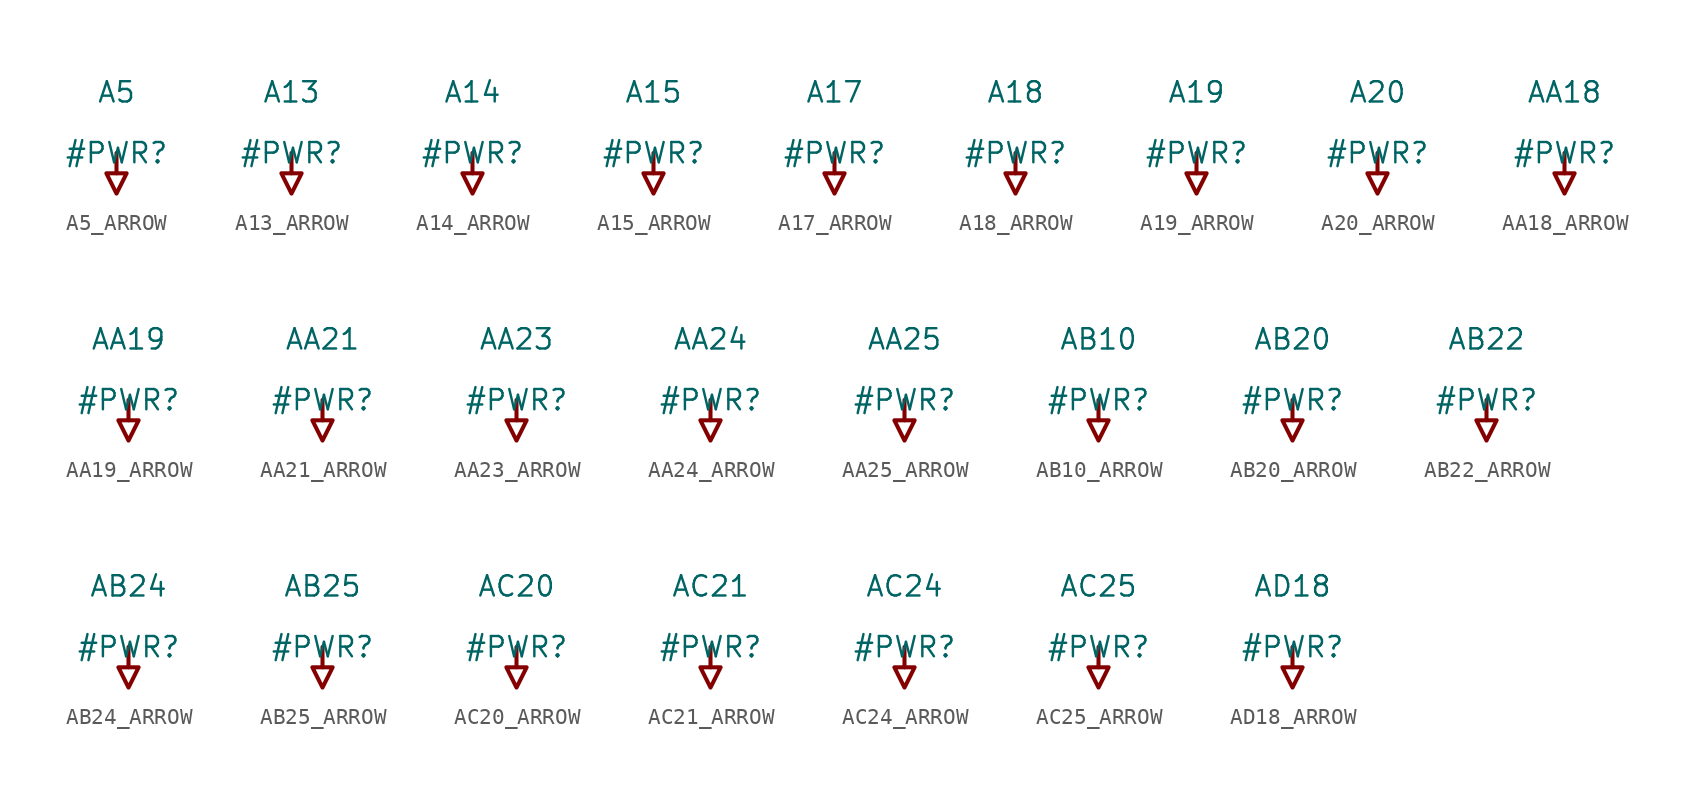
<source format=kicad_sym>
(kicad_symbol_lib
  (version 20231120)
  (generator "kicad_symbol_editor")
  (generator_version "8.0")
  (symbol "A5_ARROW"
    (power)
    (property "Reference" "#PWR"
      (at 0 0 0)
      (effects (font (size 1.27 1.27))))
    (property "Value" "A5"
      (at 0 3.81 0)
      (effects (font (size 1.27 1.27))))
    (symbol "A5_ARROW_0_0"
      (polyline (pts (xy 0 0) (xy 0 -1.27)) (stroke (width 0.254) (type solid)) (fill (type none)))
      (polyline (pts (xy -0.635 -1.27) (xy 0.635 -1.27) (xy 0 -2.54) (xy -0.635 -1.27)) (stroke (width 0.254) (type solid)) (fill (type none)))
      (pin power_in line (at 0 0 0) (length 0) hide (name "A5" (effects (font (size 1.27 1.27)))) (number "" (effects (font (size 1.27 1.27)))))))
  (symbol "A13_ARROW"
    (power)
    (property "Reference" "#PWR"
      (at 0 0 0)
      (effects (font (size 1.27 1.27))))
    (property "Value" "A13"
      (at 0 3.81 0)
      (effects (font (size 1.27 1.27))))
    (symbol "A13_ARROW_0_0"
      (polyline (pts (xy 0 0) (xy 0 -1.27)) (stroke (width 0.254) (type solid)) (fill (type none)))
      (polyline (pts (xy -0.635 -1.27) (xy 0.635 -1.27) (xy 0 -2.54) (xy -0.635 -1.27)) (stroke (width 0.254) (type solid)) (fill (type none)))
      (pin power_in line (at 0 0 0) (length 0) hide (name "A13" (effects (font (size 1.27 1.27)))) (number "" (effects (font (size 1.27 1.27)))))))
  (symbol "A14_ARROW"
    (power)
    (property "Reference" "#PWR"
      (at 0 0 0)
      (effects (font (size 1.27 1.27))))
    (property "Value" "A14"
      (at 0 3.81 0)
      (effects (font (size 1.27 1.27))))
    (symbol "A14_ARROW_0_0"
      (polyline (pts (xy 0 0) (xy 0 -1.27)) (stroke (width 0.254) (type solid)) (fill (type none)))
      (polyline (pts (xy -0.635 -1.27) (xy 0.635 -1.27) (xy 0 -2.54) (xy -0.635 -1.27)) (stroke (width 0.254) (type solid)) (fill (type none)))
      (pin power_in line (at 0 0 0) (length 0) hide (name "A14" (effects (font (size 1.27 1.27)))) (number "" (effects (font (size 1.27 1.27)))))))
  (symbol "A15_ARROW"
    (power)
    (property "Reference" "#PWR"
      (at 0 0 0)
      (effects (font (size 1.27 1.27))))
    (property "Value" "A15"
      (at 0 3.81 0)
      (effects (font (size 1.27 1.27))))
    (symbol "A15_ARROW_0_0"
      (polyline (pts (xy 0 0) (xy 0 -1.27)) (stroke (width 0.254) (type solid)) (fill (type none)))
      (polyline (pts (xy -0.635 -1.27) (xy 0.635 -1.27) (xy 0 -2.54) (xy -0.635 -1.27)) (stroke (width 0.254) (type solid)) (fill (type none)))
      (pin power_in line (at 0 0 0) (length 0) hide (name "A15" (effects (font (size 1.27 1.27)))) (number "" (effects (font (size 1.27 1.27)))))))
  (symbol "A17_ARROW"
    (power)
    (property "Reference" "#PWR"
      (at 0 0 0)
      (effects (font (size 1.27 1.27))))
    (property "Value" "A17"
      (at 0 3.81 0)
      (effects (font (size 1.27 1.27))))
    (symbol "A17_ARROW_0_0"
      (polyline (pts (xy 0 0) (xy 0 -1.27)) (stroke (width 0.254) (type solid)) (fill (type none)))
      (polyline (pts (xy -0.635 -1.27) (xy 0.635 -1.27) (xy 0 -2.54) (xy -0.635 -1.27)) (stroke (width 0.254) (type solid)) (fill (type none)))
      (pin power_in line (at 0 0 0) (length 0) hide (name "A17" (effects (font (size 1.27 1.27)))) (number "" (effects (font (size 1.27 1.27)))))))
  (symbol "A18_ARROW"
    (power)
    (property "Reference" "#PWR"
      (at 0 0 0)
      (effects (font (size 1.27 1.27))))
    (property "Value" "A18"
      (at 0 3.81 0)
      (effects (font (size 1.27 1.27))))
    (symbol "A18_ARROW_0_0"
      (polyline (pts (xy 0 0) (xy 0 -1.27)) (stroke (width 0.254) (type solid)) (fill (type none)))
      (polyline (pts (xy -0.635 -1.27) (xy 0.635 -1.27) (xy 0 -2.54) (xy -0.635 -1.27)) (stroke (width 0.254) (type solid)) (fill (type none)))
      (pin power_in line (at 0 0 0) (length 0) hide (name "A18" (effects (font (size 1.27 1.27)))) (number "" (effects (font (size 1.27 1.27)))))))
  (symbol "A19_ARROW"
    (power)
    (property "Reference" "#PWR"
      (at 0 0 0)
      (effects (font (size 1.27 1.27))))
    (property "Value" "A19"
      (at 0 3.81 0)
      (effects (font (size 1.27 1.27))))
    (symbol "A19_ARROW_0_0"
      (polyline (pts (xy 0 0) (xy 0 -1.27)) (stroke (width 0.254) (type solid)) (fill (type none)))
      (polyline (pts (xy -0.635 -1.27) (xy 0.635 -1.27) (xy 0 -2.54) (xy -0.635 -1.27)) (stroke (width 0.254) (type solid)) (fill (type none)))
      (pin power_in line (at 0 0 0) (length 0) hide (name "A19" (effects (font (size 1.27 1.27)))) (number "" (effects (font (size 1.27 1.27)))))))
  (symbol "A20_ARROW"
    (power)
    (property "Reference" "#PWR"
      (at 0 0 0)
      (effects (font (size 1.27 1.27))))
    (property "Value" "A20"
      (at 0 3.81 0)
      (effects (font (size 1.27 1.27))))
    (symbol "A20_ARROW_0_0"
      (polyline (pts (xy 0 0) (xy 0 -1.27)) (stroke (width 0.254) (type solid)) (fill (type none)))
      (polyline (pts (xy -0.635 -1.27) (xy 0.635 -1.27) (xy 0 -2.54) (xy -0.635 -1.27)) (stroke (width 0.254) (type solid)) (fill (type none)))
      (pin power_in line (at 0 0 0) (length 0) hide (name "A20" (effects (font (size 1.27 1.27)))) (number "" (effects (font (size 1.27 1.27)))))))
  (symbol "AA18_ARROW"
    (power)
    (property "Reference" "#PWR"
      (at 0 0 0)
      (effects (font (size 1.27 1.27))))
    (property "Value" "AA18"
      (at 0 3.81 0)
      (effects (font (size 1.27 1.27))))
    (symbol "AA18_ARROW_0_0"
      (polyline (pts (xy 0 0) (xy 0 -1.27)) (stroke (width 0.254) (type solid)) (fill (type none)))
      (polyline (pts (xy -0.635 -1.27) (xy 0.635 -1.27) (xy 0 -2.54) (xy -0.635 -1.27)) (stroke (width 0.254) (type solid)) (fill (type none)))
      (pin power_in line (at 0 0 0) (length 0) hide (name "AA18" (effects (font (size 1.27 1.27)))) (number "" (effects (font (size 1.27 1.27)))))))
  (symbol "AA19_ARROW"
    (power)
    (property "Reference" "#PWR"
      (at 0 0 0)
      (effects (font (size 1.27 1.27))))
    (property "Value" "AA19"
      (at 0 3.81 0)
      (effects (font (size 1.27 1.27))))
    (symbol "AA19_ARROW_0_0"
      (polyline (pts (xy 0 0) (xy 0 -1.27)) (stroke (width 0.254) (type solid)) (fill (type none)))
      (polyline (pts (xy -0.635 -1.27) (xy 0.635 -1.27) (xy 0 -2.54) (xy -0.635 -1.27)) (stroke (width 0.254) (type solid)) (fill (type none)))
      (pin power_in line (at 0 0 0) (length 0) hide (name "AA19" (effects (font (size 1.27 1.27)))) (number "" (effects (font (size 1.27 1.27)))))))
  (symbol "AA21_ARROW"
    (power)
    (property "Reference" "#PWR"
      (at 0 0 0)
      (effects (font (size 1.27 1.27))))
    (property "Value" "AA21"
      (at 0 3.81 0)
      (effects (font (size 1.27 1.27))))
    (symbol "AA21_ARROW_0_0"
      (polyline (pts (xy 0 0) (xy 0 -1.27)) (stroke (width 0.254) (type solid)) (fill (type none)))
      (polyline (pts (xy -0.635 -1.27) (xy 0.635 -1.27) (xy 0 -2.54) (xy -0.635 -1.27)) (stroke (width 0.254) (type solid)) (fill (type none)))
      (pin power_in line (at 0 0 0) (length 0) hide (name "AA21" (effects (font (size 1.27 1.27)))) (number "" (effects (font (size 1.27 1.27)))))))
  (symbol "AA23_ARROW"
    (power)
    (property "Reference" "#PWR"
      (at 0 0 0)
      (effects (font (size 1.27 1.27))))
    (property "Value" "AA23"
      (at 0 3.81 0)
      (effects (font (size 1.27 1.27))))
    (symbol "AA23_ARROW_0_0"
      (polyline (pts (xy 0 0) (xy 0 -1.27)) (stroke (width 0.254) (type solid)) (fill (type none)))
      (polyline (pts (xy -0.635 -1.27) (xy 0.635 -1.27) (xy 0 -2.54) (xy -0.635 -1.27)) (stroke (width 0.254) (type solid)) (fill (type none)))
      (pin power_in line (at 0 0 0) (length 0) hide (name "AA23" (effects (font (size 1.27 1.27)))) (number "" (effects (font (size 1.27 1.27)))))))
  (symbol "AA24_ARROW"
    (power)
    (property "Reference" "#PWR"
      (at 0 0 0)
      (effects (font (size 1.27 1.27))))
    (property "Value" "AA24"
      (at 0 3.81 0)
      (effects (font (size 1.27 1.27))))
    (symbol "AA24_ARROW_0_0"
      (polyline (pts (xy 0 0) (xy 0 -1.27)) (stroke (width 0.254) (type solid)) (fill (type none)))
      (polyline (pts (xy -0.635 -1.27) (xy 0.635 -1.27) (xy 0 -2.54) (xy -0.635 -1.27)) (stroke (width 0.254) (type solid)) (fill (type none)))
      (pin power_in line (at 0 0 0) (length 0) hide (name "AA24" (effects (font (size 1.27 1.27)))) (number "" (effects (font (size 1.27 1.27)))))))
  (symbol "AA25_ARROW"
    (power)
    (property "Reference" "#PWR"
      (at 0 0 0)
      (effects (font (size 1.27 1.27))))
    (property "Value" "AA25"
      (at 0 3.81 0)
      (effects (font (size 1.27 1.27))))
    (symbol "AA25_ARROW_0_0"
      (polyline (pts (xy 0 0) (xy 0 -1.27)) (stroke (width 0.254) (type solid)) (fill (type none)))
      (polyline (pts (xy -0.635 -1.27) (xy 0.635 -1.27) (xy 0 -2.54) (xy -0.635 -1.27)) (stroke (width 0.254) (type solid)) (fill (type none)))
      (pin power_in line (at 0 0 0) (length 0) hide (name "AA25" (effects (font (size 1.27 1.27)))) (number "" (effects (font (size 1.27 1.27)))))))
  (symbol "AB10_ARROW"
    (power)
    (property "Reference" "#PWR"
      (at 0 0 0)
      (effects (font (size 1.27 1.27))))
    (property "Value" "AB10"
      (at 0 3.81 0)
      (effects (font (size 1.27 1.27))))
    (symbol "AB10_ARROW_0_0"
      (polyline (pts (xy 0 0) (xy 0 -1.27)) (stroke (width 0.254) (type solid)) (fill (type none)))
      (polyline (pts (xy -0.635 -1.27) (xy 0.635 -1.27) (xy 0 -2.54) (xy -0.635 -1.27)) (stroke (width 0.254) (type solid)) (fill (type none)))
      (pin power_in line (at 0 0 0) (length 0) hide (name "AB10" (effects (font (size 1.27 1.27)))) (number "" (effects (font (size 1.27 1.27)))))))
  (symbol "AB20_ARROW"
    (power)
    (property "Reference" "#PWR"
      (at 0 0 0)
      (effects (font (size 1.27 1.27))))
    (property "Value" "AB20"
      (at 0 3.81 0)
      (effects (font (size 1.27 1.27))))
    (symbol "AB20_ARROW_0_0"
      (polyline (pts (xy 0 0) (xy 0 -1.27)) (stroke (width 0.254) (type solid)) (fill (type none)))
      (polyline (pts (xy -0.635 -1.27) (xy 0.635 -1.27) (xy 0 -2.54) (xy -0.635 -1.27)) (stroke (width 0.254) (type solid)) (fill (type none)))
      (pin power_in line (at 0 0 0) (length 0) hide (name "AB20" (effects (font (size 1.27 1.27)))) (number "" (effects (font (size 1.27 1.27)))))))
  (symbol "AB22_ARROW"
    (power)
    (property "Reference" "#PWR"
      (at 0 0 0)
      (effects (font (size 1.27 1.27))))
    (property "Value" "AB22"
      (at 0 3.81 0)
      (effects (font (size 1.27 1.27))))
    (symbol "AB22_ARROW_0_0"
      (polyline (pts (xy 0 0) (xy 0 -1.27)) (stroke (width 0.254) (type solid)) (fill (type none)))
      (polyline (pts (xy -0.635 -1.27) (xy 0.635 -1.27) (xy 0 -2.54) (xy -0.635 -1.27)) (stroke (width 0.254) (type solid)) (fill (type none)))
      (pin power_in line (at 0 0 0) (length 0) hide (name "AB22" (effects (font (size 1.27 1.27)))) (number "" (effects (font (size 1.27 1.27)))))))
  (symbol "AB24_ARROW"
    (power)
    (property "Reference" "#PWR"
      (at 0 0 0)
      (effects (font (size 1.27 1.27))))
    (property "Value" "AB24"
      (at 0 3.81 0)
      (effects (font (size 1.27 1.27))))
    (symbol "AB24_ARROW_0_0"
      (polyline (pts (xy 0 0) (xy 0 -1.27)) (stroke (width 0.254) (type solid)) (fill (type none)))
      (polyline (pts (xy -0.635 -1.27) (xy 0.635 -1.27) (xy 0 -2.54) (xy -0.635 -1.27)) (stroke (width 0.254) (type solid)) (fill (type none)))
      (pin power_in line (at 0 0 0) (length 0) hide (name "AB24" (effects (font (size 1.27 1.27)))) (number "" (effects (font (size 1.27 1.27)))))))
  (symbol "AB25_ARROW"
    (power)
    (property "Reference" "#PWR"
      (at 0 0 0)
      (effects (font (size 1.27 1.27))))
    (property "Value" "AB25"
      (at 0 3.81 0)
      (effects (font (size 1.27 1.27))))
    (symbol "AB25_ARROW_0_0"
      (polyline (pts (xy 0 0) (xy 0 -1.27)) (stroke (width 0.254) (type solid)) (fill (type none)))
      (polyline (pts (xy -0.635 -1.27) (xy 0.635 -1.27) (xy 0 -2.54) (xy -0.635 -1.27)) (stroke (width 0.254) (type solid)) (fill (type none)))
      (pin power_in line (at 0 0 0) (length 0) hide (name "AB25" (effects (font (size 1.27 1.27)))) (number "" (effects (font (size 1.27 1.27)))))))
  (symbol "AC20_ARROW"
    (power)
    (property "Reference" "#PWR"
      (at 0 0 0)
      (effects (font (size 1.27 1.27))))
    (property "Value" "AC20"
      (at 0 3.81 0)
      (effects (font (size 1.27 1.27))))
    (symbol "AC20_ARROW_0_0"
      (polyline (pts (xy 0 0) (xy 0 -1.27)) (stroke (width 0.254) (type solid)) (fill (type none)))
      (polyline (pts (xy -0.635 -1.27) (xy 0.635 -1.27) (xy 0 -2.54) (xy -0.635 -1.27)) (stroke (width 0.254) (type solid)) (fill (type none)))
      (pin power_in line (at 0 0 0) (length 0) hide (name "AC20" (effects (font (size 1.27 1.27)))) (number "" (effects (font (size 1.27 1.27)))))))
  (symbol "AC21_ARROW"
    (power)
    (property "Reference" "#PWR"
      (at 0 0 0)
      (effects (font (size 1.27 1.27))))
    (property "Value" "AC21"
      (at 0 3.81 0)
      (effects (font (size 1.27 1.27))))
    (symbol "AC21_ARROW_0_0"
      (polyline (pts (xy 0 0) (xy 0 -1.27)) (stroke (width 0.254) (type solid)) (fill (type none)))
      (polyline (pts (xy -0.635 -1.27) (xy 0.635 -1.27) (xy 0 -2.54) (xy -0.635 -1.27)) (stroke (width 0.254) (type solid)) (fill (type none)))
      (pin power_in line (at 0 0 0) (length 0) hide (name "AC21" (effects (font (size 1.27 1.27)))) (number "" (effects (font (size 1.27 1.27)))))))
  (symbol "AC24_ARROW"
    (power)
    (property "Reference" "#PWR"
      (at 0 0 0)
      (effects (font (size 1.27 1.27))))
    (property "Value" "AC24"
      (at 0 3.81 0)
      (effects (font (size 1.27 1.27))))
    (symbol "AC24_ARROW_0_0"
      (polyline (pts (xy 0 0) (xy 0 -1.27)) (stroke (width 0.254) (type solid)) (fill (type none)))
      (polyline (pts (xy -0.635 -1.27) (xy 0.635 -1.27) (xy 0 -2.54) (xy -0.635 -1.27)) (stroke (width 0.254) (type solid)) (fill (type none)))
      (pin power_in line (at 0 0 0) (length 0) hide (name "AC24" (effects (font (size 1.27 1.27)))) (number "" (effects (font (size 1.27 1.27)))))))
  (symbol "AC25_ARROW"
    (power)
    (property "Reference" "#PWR"
      (at 0 0 0)
      (effects (font (size 1.27 1.27))))
    (property "Value" "AC25"
      (at 0 3.81 0)
      (effects (font (size 1.27 1.27))))
    (symbol "AC25_ARROW_0_0"
      (polyline (pts (xy 0 0) (xy 0 -1.27)) (stroke (width 0.254) (type solid)) (fill (type none)))
      (polyline (pts (xy -0.635 -1.27) (xy 0.635 -1.27) (xy 0 -2.54) (xy -0.635 -1.27)) (stroke (width 0.254) (type solid)) (fill (type none)))
      (pin power_in line (at 0 0 0) (length 0) hide (name "AC25" (effects (font (size 1.27 1.27)))) (number "" (effects (font (size 1.27 1.27)))))))
  (symbol "AD18_ARROW"
    (power)
    (property "Reference" "#PWR"
      (at 0 0 0)
      (effects (font (size 1.27 1.27))))
    (property "Value" "AD18"
      (at 0 3.81 0)
      (effects (font (size 1.27 1.27))))
    (symbol "AD18_ARROW_0_0"
      (polyline (pts (xy 0 0) (xy 0 -1.27)) (stroke (width 0.254) (type solid)) (fill (type none)))
      (polyline (pts (xy -0.635 -1.27) (xy 0.635 -1.27) (xy 0 -2.54) (xy -0.635 -1.27)) (stroke (width 0.254) (type solid)) (fill (type none)))
      (pin power_in line (at 0 0 0) (length 0) hide (name "AD18" (effects (font (size 1.27 1.27)))) (number "" (effects (font (size 1.27 1.27))))))))
</source>
